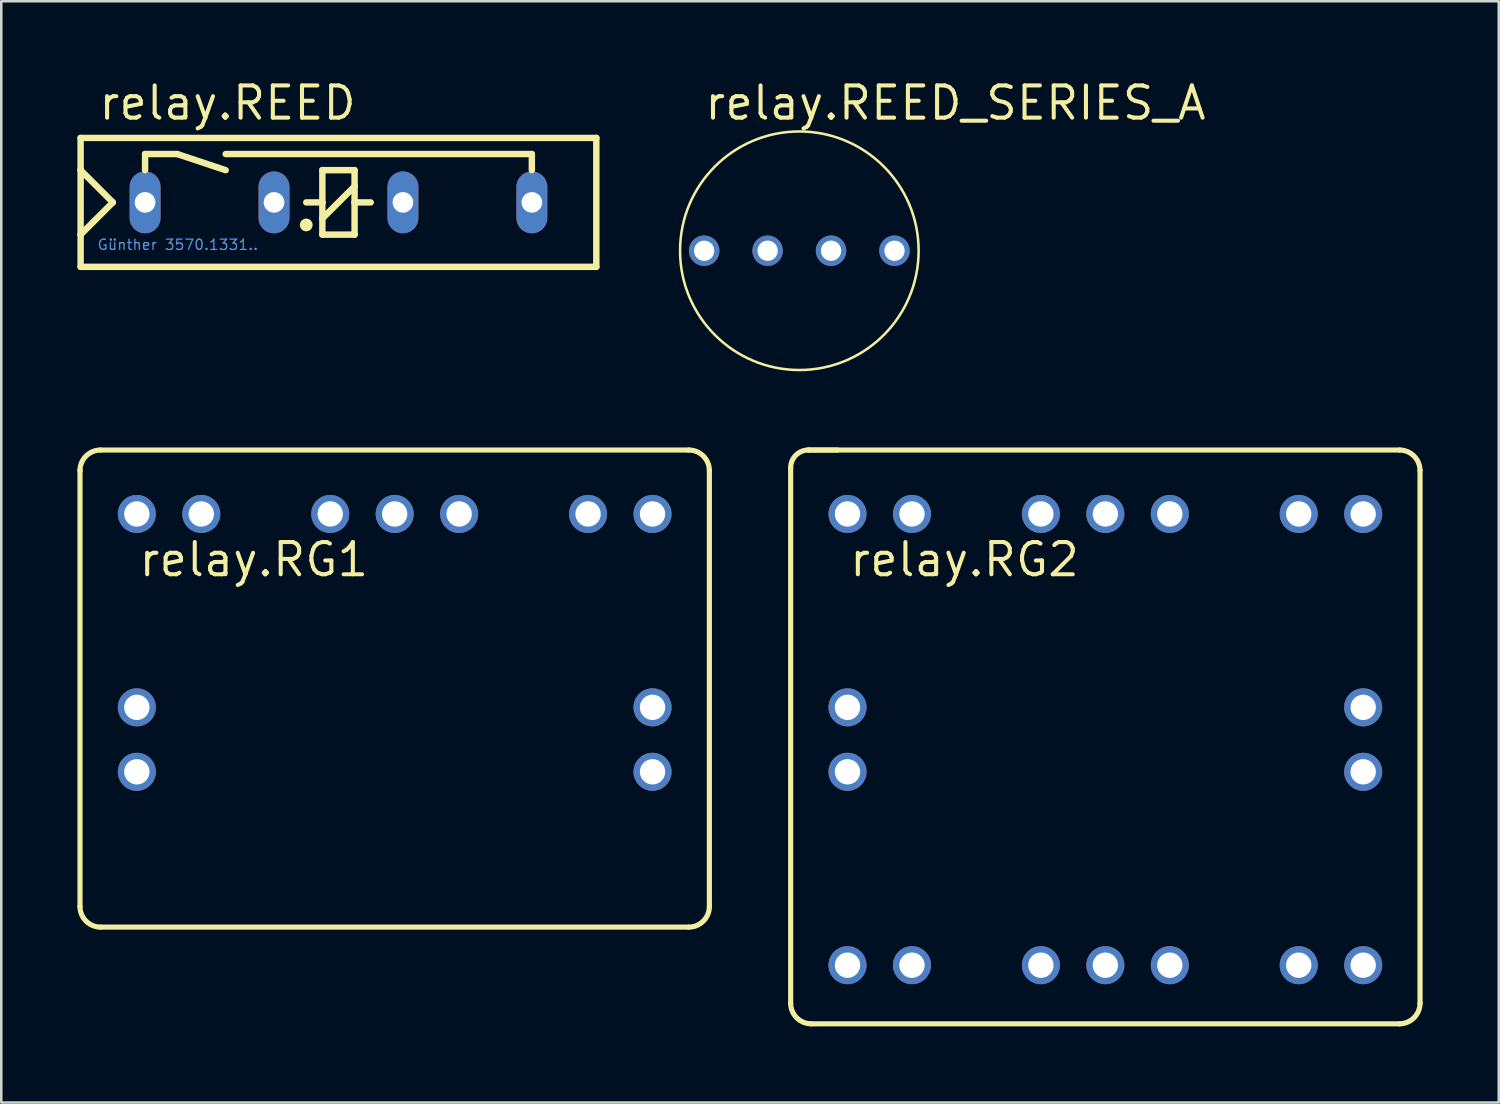
<source format=kicad_pcb>
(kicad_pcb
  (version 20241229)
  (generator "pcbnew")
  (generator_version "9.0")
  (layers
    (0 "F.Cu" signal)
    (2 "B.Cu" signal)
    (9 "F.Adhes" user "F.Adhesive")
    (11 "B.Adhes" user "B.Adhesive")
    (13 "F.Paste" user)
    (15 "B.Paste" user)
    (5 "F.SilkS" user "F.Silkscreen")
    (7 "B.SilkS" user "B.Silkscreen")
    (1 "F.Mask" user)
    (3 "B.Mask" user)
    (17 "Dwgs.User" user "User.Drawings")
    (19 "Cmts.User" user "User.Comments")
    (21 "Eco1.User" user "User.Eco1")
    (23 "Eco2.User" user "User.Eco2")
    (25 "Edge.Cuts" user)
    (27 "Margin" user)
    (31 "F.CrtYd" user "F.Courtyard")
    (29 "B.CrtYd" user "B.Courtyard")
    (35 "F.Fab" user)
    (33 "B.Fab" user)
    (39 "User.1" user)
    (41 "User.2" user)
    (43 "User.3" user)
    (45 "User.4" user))
  (footprint "relay.RG2"
    (layer "F.Cu")
    (at 40.505 26.092)
    (property "Reference" "relay.RG2" (at -10.16 -6.35 0) (layer "F.SilkS") (effects (font (size 1.27 1.27) (thickness 0.16)) (justify left bottom)))
    (attr through_hole)
    (fp_line (start -12.4 10.387) (end -12.4 -10.71) (stroke (width 0.203) (type default)) (layer "F.SilkS"))
    (fp_line (start -11.7 -11.41) (end -10.55 -11.41) (stroke (width 0.203) (type default)) (layer "F.SilkS"))
    (fp_line (start -11.7 -11.41) (end 11.587 -11.41) (stroke (width 0.203) (type default)) (layer "F.SilkS"))
    (fp_line (start 11.587 11.2) (end -11.587 11.2) (stroke (width 0.203) (type default)) (layer "F.SilkS"))
    (fp_line (start 12.4 -10.597) (end 12.4 10.387) (stroke (width 0.203) (type default)) (layer "F.SilkS"))
    (fp_arc (start -12.4 -10.71) (mid -12.194975 -11.204975) (end -11.7 -11.41) (stroke (width 0.2032) (type default)) (layer "F.SilkS"))
    (fp_arc (start -11.5872 11.2) (mid -12.161936 10.961936) (end -12.4 10.3872) (stroke (width 0.2032) (type default)) (layer "F.SilkS"))
    (fp_arc (start 11.5872 -11.41) (mid 12.161936 -11.171936) (end 12.4 -10.5972) (stroke (width 0.2032) (type default)) (layer "F.SilkS"))
    (fp_arc (start 12.4 10.3872) (mid 12.161936 10.961936) (end 11.5872 11.2) (stroke (width 0.2032) (type default)) (layer "F.SilkS"))
    (pad "1" thru_hole circle (at -10.16 -8.89 180) (size 1.5 1.5) (drill 1) (layers "*.Cu" "*.Mask"))
    (pad "2" thru_hole circle (at -7.62 -8.89 180) (size 1.5 1.5) (drill 1) (layers "*.Cu" "*.Mask"))
    (pad "3" thru_hole circle (at -2.54 -8.89 180) (size 1.5 1.5) (drill 1) (layers "*.Cu" "*.Mask"))
    (pad "4" thru_hole circle (at 0 -8.89 180) (size 1.5 1.5) (drill 1) (layers "*.Cu" "*.Mask"))
    (pad "5" thru_hole circle (at 2.54 -8.89 180) (size 1.5 1.5) (drill 1) (layers "*.Cu" "*.Mask"))
    (pad "6" thru_hole circle (at 7.62 -8.89 180) (size 1.5 1.5) (drill 1) (layers "*.Cu" "*.Mask"))
    (pad "7" thru_hole circle (at 10.16 -8.89 180) (size 1.5 1.5) (drill 1) (layers "*.Cu" "*.Mask"))
    (pad "8" thru_hole circle (at 10.16 8.89 180) (size 1.5 1.5) (drill 1) (layers "*.Cu" "*.Mask"))
    (pad "9" thru_hole circle (at 7.62 8.89 180) (size 1.5 1.5) (drill 1) (layers "*.Cu" "*.Mask"))
    (pad "10" thru_hole circle (at 2.54 8.89 180) (size 1.5 1.5) (drill 1) (layers "*.Cu" "*.Mask"))
    (pad "11" thru_hole circle (at 0 8.89 180) (size 1.5 1.5) (drill 1) (layers "*.Cu" "*.Mask"))
    (pad "12" thru_hole circle (at -2.54 8.89 180) (size 1.5 1.5) (drill 1) (layers "*.Cu" "*.Mask"))
    (pad "13" thru_hole circle (at -7.62 8.89 180) (size 1.5 1.5) (drill 1) (layers "*.Cu" "*.Mask"))
    (pad "14" thru_hole circle (at -10.16 8.89 180) (size 1.5 1.5) (drill 1) (layers "*.Cu" "*.Mask"))
    (pad "15" thru_hole circle (at -10.16 -1.27 180) (size 1.5 1.5) (drill 1) (layers "*.Cu" "*.Mask"))
    (pad "16" thru_hole circle (at -10.16 1.27 180) (size 1.5 1.5) (drill 1) (layers "*.Cu" "*.Mask"))
    (pad "17" thru_hole circle (at 10.16 -1.27 180) (size 1.5 1.5) (drill 1) (layers "*.Cu" "*.Mask"))
    (pad "18" thru_hole circle (at 10.16 1.27 180) (size 1.5 1.5) (drill 1) (layers "*.Cu" "*.Mask")))
  (footprint "relay.RG1"
    (layer "F.Cu")
    (at 12.502 24.822)
    (property "Reference" "relay.RG1" (at -10.16 -5.08 0) (layer "F.SilkS") (effects (font (size 1.27 1.27) (thickness 0.16)) (justify left bottom)))
    (attr through_hole)
    (fp_line (start -12.4 7.847) (end -12.4 -9.34) (stroke (width 0.203) (type default)) (layer "F.SilkS"))
    (fp_line (start -11.587 -10.14) (end 11.587 -10.14) (stroke (width 0.203) (type default)) (layer "F.SilkS"))
    (fp_line (start 11.587 8.66) (end -11.587 8.66) (stroke (width 0.203) (type default)) (layer "F.SilkS"))
    (fp_line (start 12.4 -9.327) (end 12.4 7.847) (stroke (width 0.203) (type default)) (layer "F.SilkS"))
    (fp_arc (start -12.4 -9.3272) (mid -12.161936 -9.901936) (end -11.5872 -10.14) (stroke (width 0.2032) (type default)) (layer "F.SilkS"))
    (fp_arc (start -11.5872 8.66) (mid -12.161936 8.421936) (end -12.4 7.8472) (stroke (width 0.2032) (type default)) (layer "F.SilkS"))
    (fp_arc (start 11.5872 -10.14) (mid 12.161936 -9.901936) (end 12.4 -9.3272) (stroke (width 0.2032) (type default)) (layer "F.SilkS"))
    (fp_arc (start 12.4 7.8472) (mid 12.161936 8.421936) (end 11.5872 8.66) (stroke (width 0.2032) (type default)) (layer "F.SilkS"))
    (pad "1" thru_hole circle (at -10.16 -7.62 180) (size 1.5 1.5) (drill 1) (layers "*.Cu" "*.Mask"))
    (pad "2" thru_hole circle (at -7.62 -7.62 180) (size 1.5 1.5) (drill 1) (layers "*.Cu" "*.Mask"))
    (pad "3" thru_hole circle (at -2.54 -7.62 180) (size 1.5 1.5) (drill 1) (layers "*.Cu" "*.Mask"))
    (pad "4" thru_hole circle (at 0 -7.62 180) (size 1.5 1.5) (drill 1) (layers "*.Cu" "*.Mask"))
    (pad "5" thru_hole circle (at 2.54 -7.62 180) (size 1.5 1.5) (drill 1) (layers "*.Cu" "*.Mask"))
    (pad "6" thru_hole circle (at 7.62 -7.62 180) (size 1.5 1.5) (drill 1) (layers "*.Cu" "*.Mask"))
    (pad "7" thru_hole circle (at 10.16 -7.62 180) (size 1.5 1.5) (drill 1) (layers "*.Cu" "*.Mask"))
    (pad "15" thru_hole circle (at -10.16 0 180) (size 1.5 1.5) (drill 1) (layers "*.Cu" "*.Mask"))
    (pad "16" thru_hole circle (at -10.16 2.54 180) (size 1.5 1.5) (drill 1) (layers "*.Cu" "*.Mask"))
    (pad "17" thru_hole circle (at 10.16 0 180) (size 1.5 1.5) (drill 1) (layers "*.Cu" "*.Mask"))
    (pad "18" thru_hole circle (at 10.16 2.54 180) (size 1.5 1.5) (drill 1) (layers "*.Cu" "*.Mask")))
  (footprint "relay.REED"
    (layer "F.Cu")
    (at 20.447 7.465)
    (property "Reference" "relay.REED" (at -19.685 -5.715 0) (layer "F.SilkS") (effects (font (size 1.27 1.27) (thickness 0.16)) (justify left bottom)))
    (attr through_hole)
    (fp_line (start -20.32 -5.08) (end 0 -5.08) (stroke (width 0.254) (type default)) (layer "F.SilkS"))
    (fp_line (start -20.32 -3.81) (end -20.32 -5.08) (stroke (width 0.254) (type default)) (layer "F.SilkS"))
    (fp_line (start -20.32 -3.81) (end -19.05 -2.54) (stroke (width 0.254) (type default)) (layer "F.SilkS"))
    (fp_line (start -20.32 -1.27) (end -20.32 -3.81) (stroke (width 0.254) (type default)) (layer "F.SilkS"))
    (fp_line (start -20.32 0) (end -20.32 -1.27) (stroke (width 0.254) (type default)) (layer "F.SilkS"))
    (fp_line (start -19.05 -2.54) (end -20.32 -1.27) (stroke (width 0.254) (type default)) (layer "F.SilkS"))
    (fp_line (start -17.78 -4.445) (end -16.51 -4.445) (stroke (width 0.254) (type default)) (layer "F.SilkS"))
    (fp_line (start -17.78 -3.81) (end -17.78 -4.445) (stroke (width 0.254) (type default)) (layer "F.SilkS"))
    (fp_line (start -16.51 -4.445) (end -14.605 -3.81) (stroke (width 0.254) (type default)) (layer "F.SilkS"))
    (fp_line (start -14.605 -4.445) (end -2.54 -4.445) (stroke (width 0.254) (type default)) (layer "F.SilkS"))
    (fp_line (start -10.795 -3.81) (end -9.525 -3.81) (stroke (width 0.254) (type default)) (layer "F.SilkS"))
    (fp_line (start -10.795 -2.54) (end -11.43 -2.54) (stroke (width 0.254) (type default)) (layer "F.SilkS"))
    (fp_line (start -10.795 -2.54) (end -10.795 -3.81) (stroke (width 0.254) (type default)) (layer "F.SilkS"))
    (fp_line (start -10.795 -1.905) (end -10.795 -2.54) (stroke (width 0.254) (type default)) (layer "F.SilkS"))
    (fp_line (start -10.795 -1.905) (end -9.525 -3.175) (stroke (width 0.254) (type default)) (layer "F.SilkS"))
    (fp_line (start -10.795 -1.27) (end -10.795 -1.905) (stroke (width 0.254) (type default)) (layer "F.SilkS"))
    (fp_line (start -9.525 -3.81) (end -9.525 -3.175) (stroke (width 0.254) (type default)) (layer "F.SilkS"))
    (fp_line (start -9.525 -3.175) (end -9.525 -2.54) (stroke (width 0.254) (type default)) (layer "F.SilkS"))
    (fp_line (start -9.525 -2.54) (end -9.525 -1.27) (stroke (width 0.254) (type default)) (layer "F.SilkS"))
    (fp_line (start -9.525 -2.54) (end -8.89 -2.54) (stroke (width 0.254) (type default)) (layer "F.SilkS"))
    (fp_line (start -9.525 -1.27) (end -10.795 -1.27) (stroke (width 0.254) (type default)) (layer "F.SilkS"))
    (fp_line (start -2.54 -4.445) (end -2.54 -3.81) (stroke (width 0.254) (type default)) (layer "F.SilkS"))
    (fp_line (start 0 -5.08) (end 0 0) (stroke (width 0.254) (type default)) (layer "F.SilkS"))
    (fp_line (start 0 0) (end -20.32 0) (stroke (width 0.254) (type default)) (layer "F.SilkS"))
    (fp_circle (center -11.43 -1.651) (end -11.303 -1.651) (stroke (width 0.254) (type default)) (fill no) (layer "F.SilkS"))
    (fp_text user "Günther 3570.1331.." (at -19.685 -0.635 0) (layer "Cmts.User") (effects (font (size 0.406 0.406) (thickness 0.05)) (justify left bottom)))
    (pad "1" thru_hole oval (at -17.78 -2.54 90) (size 2.438 1.219) (drill 0.813) (layers "*.Cu" "*.Mask"))
    (pad "3" thru_hole oval (at -12.7 -2.54 90) (size 2.438 1.219) (drill 0.813) (layers "*.Cu" "*.Mask"))
    (pad "5" thru_hole oval (at -7.62 -2.54 90) (size 2.438 1.219) (drill 0.813) (layers "*.Cu" "*.Mask"))
    (pad "7" thru_hole oval (at -2.54 -2.54 90) (size 2.438 1.219) (drill 0.813) (layers "*.Cu" "*.Mask")))
  (footprint "relay.REED_SERIES_A"
    (layer "F.Cu")
    (at 28.447 6.83)
    (property "Reference" "relay.REED_SERIES_A" (at -3.81 -5.08 0) (layer "F.SilkS") (effects (font (size 1.27 1.27) (thickness 0.16)) (justify left bottom)))
    (attr through_hole)
    (fp_circle (center 0 0) (end 4.7 0) (stroke (width 0.1) (type default)) (fill no) (layer "F.SilkS"))
    (pad "1" thru_hole circle (at -3.75 0) (size 1.2 1.2) (drill 0.8) (layers "*.Cu" "*.Mask"))
    (pad "2" thru_hole circle (at -1.25 0) (size 1.2 1.2) (drill 0.8) (layers "*.Cu" "*.Mask"))
    (pad "3" thru_hole circle (at 1.25 0) (size 1.2 1.2) (drill 0.8) (layers "*.Cu" "*.Mask"))
    (pad "4" thru_hole circle (at 3.75 0) (size 1.2 1.2) (drill 0.8) (layers "*.Cu" "*.Mask")))
  (gr_rect
    (start -3 -3)
    (end 56.006 40.393)
    (stroke (width 0.1) (type default))
    (fill no)
    (layer "Edge.Cuts")))
</source>
